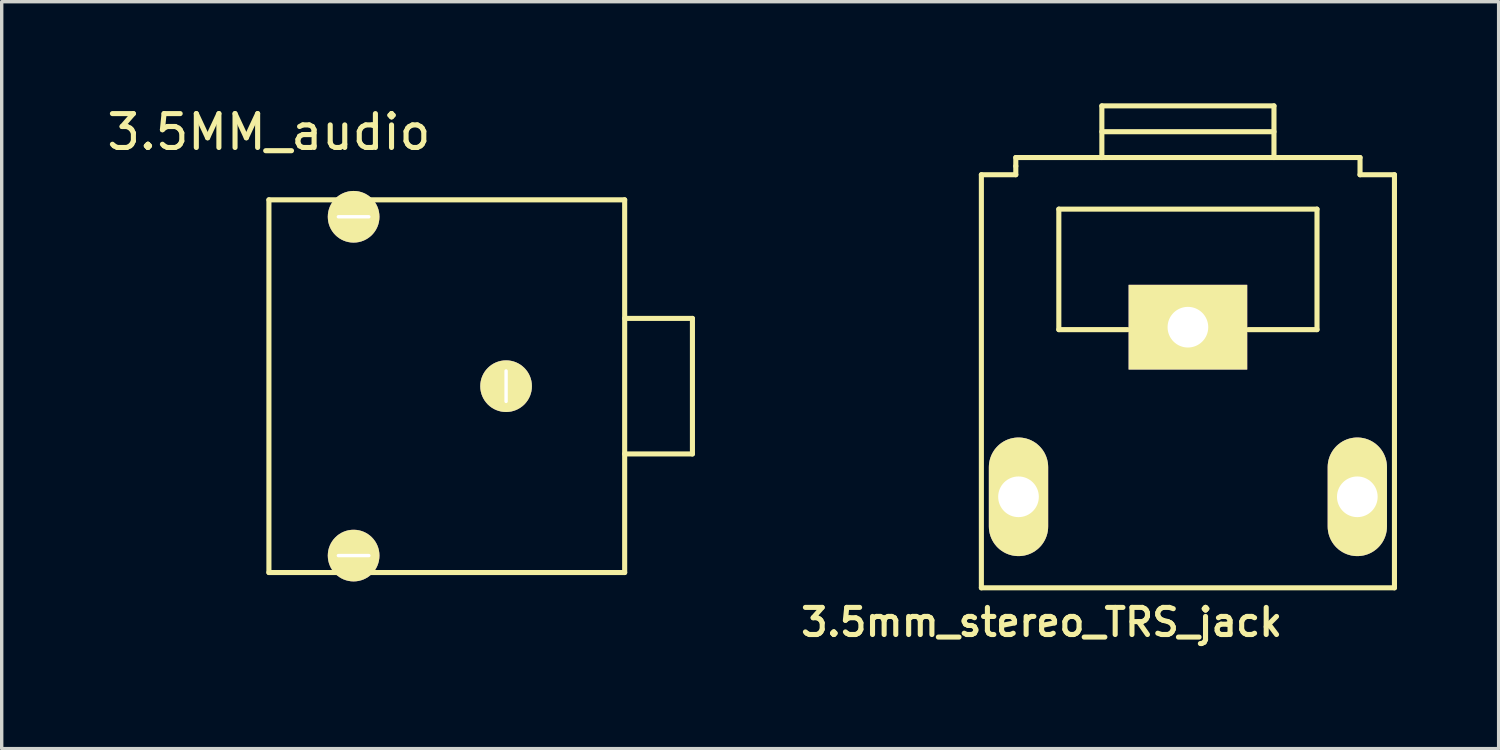
<source format=kicad_pcb>
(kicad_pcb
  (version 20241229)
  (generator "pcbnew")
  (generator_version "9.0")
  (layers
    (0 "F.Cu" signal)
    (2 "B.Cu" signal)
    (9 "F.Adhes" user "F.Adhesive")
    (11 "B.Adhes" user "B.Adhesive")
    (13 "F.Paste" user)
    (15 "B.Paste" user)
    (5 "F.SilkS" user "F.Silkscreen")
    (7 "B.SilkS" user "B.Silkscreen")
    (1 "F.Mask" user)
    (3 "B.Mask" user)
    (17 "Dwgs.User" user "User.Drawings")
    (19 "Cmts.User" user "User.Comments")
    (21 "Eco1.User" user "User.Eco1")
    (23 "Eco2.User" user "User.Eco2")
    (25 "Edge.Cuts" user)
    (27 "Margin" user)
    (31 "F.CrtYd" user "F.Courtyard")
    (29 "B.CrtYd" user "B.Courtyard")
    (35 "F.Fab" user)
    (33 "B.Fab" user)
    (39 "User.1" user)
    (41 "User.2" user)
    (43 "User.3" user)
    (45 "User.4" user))
  (footprint "3.5mm_stereo_TRS_jack"
    (layer "F.Cu")
    (at 32.011 8.203)
    (property "Reference" "3.5mm_stereo_TRS_jack" (at -4.318 7.112 0) (layer "F.SilkS") (effects (font (size 0.8 0.8) (thickness 0.15))))
    (attr through_hole)
    (fp_line (start -6.096 6.096) (end -6.096 -6.096) (stroke (width 0.15) (type solid)) (layer "F.SilkS"))
    (fp_line (start -5.08 -6.604) (end 5.08 -6.604) (stroke (width 0.15) (type solid)) (layer "F.SilkS"))
    (fp_line (start -5.08 -6.35) (end -5.08 -6.604) (stroke (width 0.15) (type solid)) (layer "F.SilkS"))
    (fp_line (start -5.08 -6.096) (end -6.096 -6.096) (stroke (width 0.15) (type solid)) (layer "F.SilkS"))
    (fp_line (start -5.08 -6.096) (end -5.08 -6.35) (stroke (width 0.15) (type solid)) (layer "F.SilkS"))
    (fp_line (start -3.81 -5.08) (end 3.81 -5.08) (stroke (width 0.15) (type solid)) (layer "F.SilkS"))
    (fp_line (start -3.81 -1.524) (end -3.81 -5.08) (stroke (width 0.15) (type solid)) (layer "F.SilkS"))
    (fp_line (start -2.54 -8.128) (end -2.54 -6.604) (stroke (width 0.15) (type solid)) (layer "F.SilkS"))
    (fp_line (start -2.54 -8.128) (end 2.54 -8.128) (stroke (width 0.15) (type solid)) (layer "F.SilkS"))
    (fp_line (start -2.54 -7.366) (end 2.54 -7.366) (stroke (width 0.15) (type solid)) (layer "F.SilkS"))
    (fp_line (start -1.778 -1.524) (end -3.81 -1.524) (stroke (width 0.15) (type solid)) (layer "F.SilkS"))
    (fp_line (start 2.54 -6.604) (end 2.54 -8.128) (stroke (width 0.15) (type solid)) (layer "F.SilkS"))
    (fp_line (start 3.81 -5.08) (end 3.81 -1.524) (stroke (width 0.15) (type solid)) (layer "F.SilkS"))
    (fp_line (start 3.81 -1.524) (end 1.778 -1.524) (stroke (width 0.15) (type solid)) (layer "F.SilkS"))
    (fp_line (start 5.08 -6.604) (end 5.08 -6.096) (stroke (width 0.15) (type solid)) (layer "F.SilkS"))
    (fp_line (start 6.096 -6.096) (end 5.08 -6.096) (stroke (width 0.15) (type solid)) (layer "F.SilkS"))
    (fp_line (start 6.096 -6.096) (end 6.096 6.096) (stroke (width 0.15) (type solid)) (layer "F.SilkS"))
    (fp_line (start 6.096 6.096) (end -6.096 6.096) (stroke (width 0.15) (type solid)) (layer "F.SilkS"))
    (pad "1" thru_hole rect (at 0 -1.596) (size 3.5 2.5) (drill 1.2) (layers "*.Cu" "*.Mask" "F.SilkS"))
    (pad "2" thru_hole oval (at 5 3.41) (size 1.75 3.5) (drill 1.2) (layers "*.Cu" "*.Mask" "F.SilkS"))
    (pad "3" thru_hole oval (at -5 3.41) (size 1.75 3.5) (drill 1.2) (layers "*.Cu" "*.Mask" "F.SilkS")))
  (footprint "3.5MM_audio"
    (layer "F.Cu")
    (at 4.887 13.848)
    (property "Reference" "3.5MM_audio" (at 0 -13 0) (layer "F.SilkS") (effects (font (size 1 1) (thickness 0.15))))
    (attr through_hole)
    (fp_line (start 0 -11) (end 0 0) (stroke (width 0.15) (type solid)) (layer "F.SilkS"))
    (fp_line (start 0 0) (end 10.5 0) (stroke (width 0.15) (type solid)) (layer "F.SilkS"))
    (fp_line (start 10.5 -11) (end 0 -11) (stroke (width 0.15) (type solid)) (layer "F.SilkS"))
    (fp_line (start 10.5 -3.5) (end 12.5 -3.5) (stroke (width 0.15) (type solid)) (layer "F.SilkS"))
    (fp_line (start 10.5 0) (end 10.5 -11) (stroke (width 0.15) (type solid)) (layer "F.SilkS"))
    (fp_line (start 12.5 -7.5) (end 10.5 -7.5) (stroke (width 0.15) (type solid)) (layer "F.SilkS"))
    (fp_line (start 12.5 -3.5) (end 12.5 -7.5) (stroke (width 0.15) (type solid)) (layer "F.SilkS"))
    (pad "1" thru_hole circle (at 2.5 -10.5) (size 1.524 1.524) (drill oval 1 0.1) (layers "*.Cu" "*.Mask" "F.SilkS"))
    (pad "1" thru_hole circle (at 2.5 -0.5) (size 1.524 1.524) (drill oval 1 0.1) (layers "*.Cu" "*.Mask" "F.SilkS"))
    (pad "1" thru_hole circle (at 7 -5.5) (size 1.524 1.524) (drill oval 0.1 1) (layers "*.Cu" "*.Mask" "F.SilkS")))
  (gr_rect
    (start -3 -3)
    (end 41.182 19.046)
    (stroke (width 0.1) (type default))
    (fill no)
    (layer "Edge.Cuts")))
</source>
